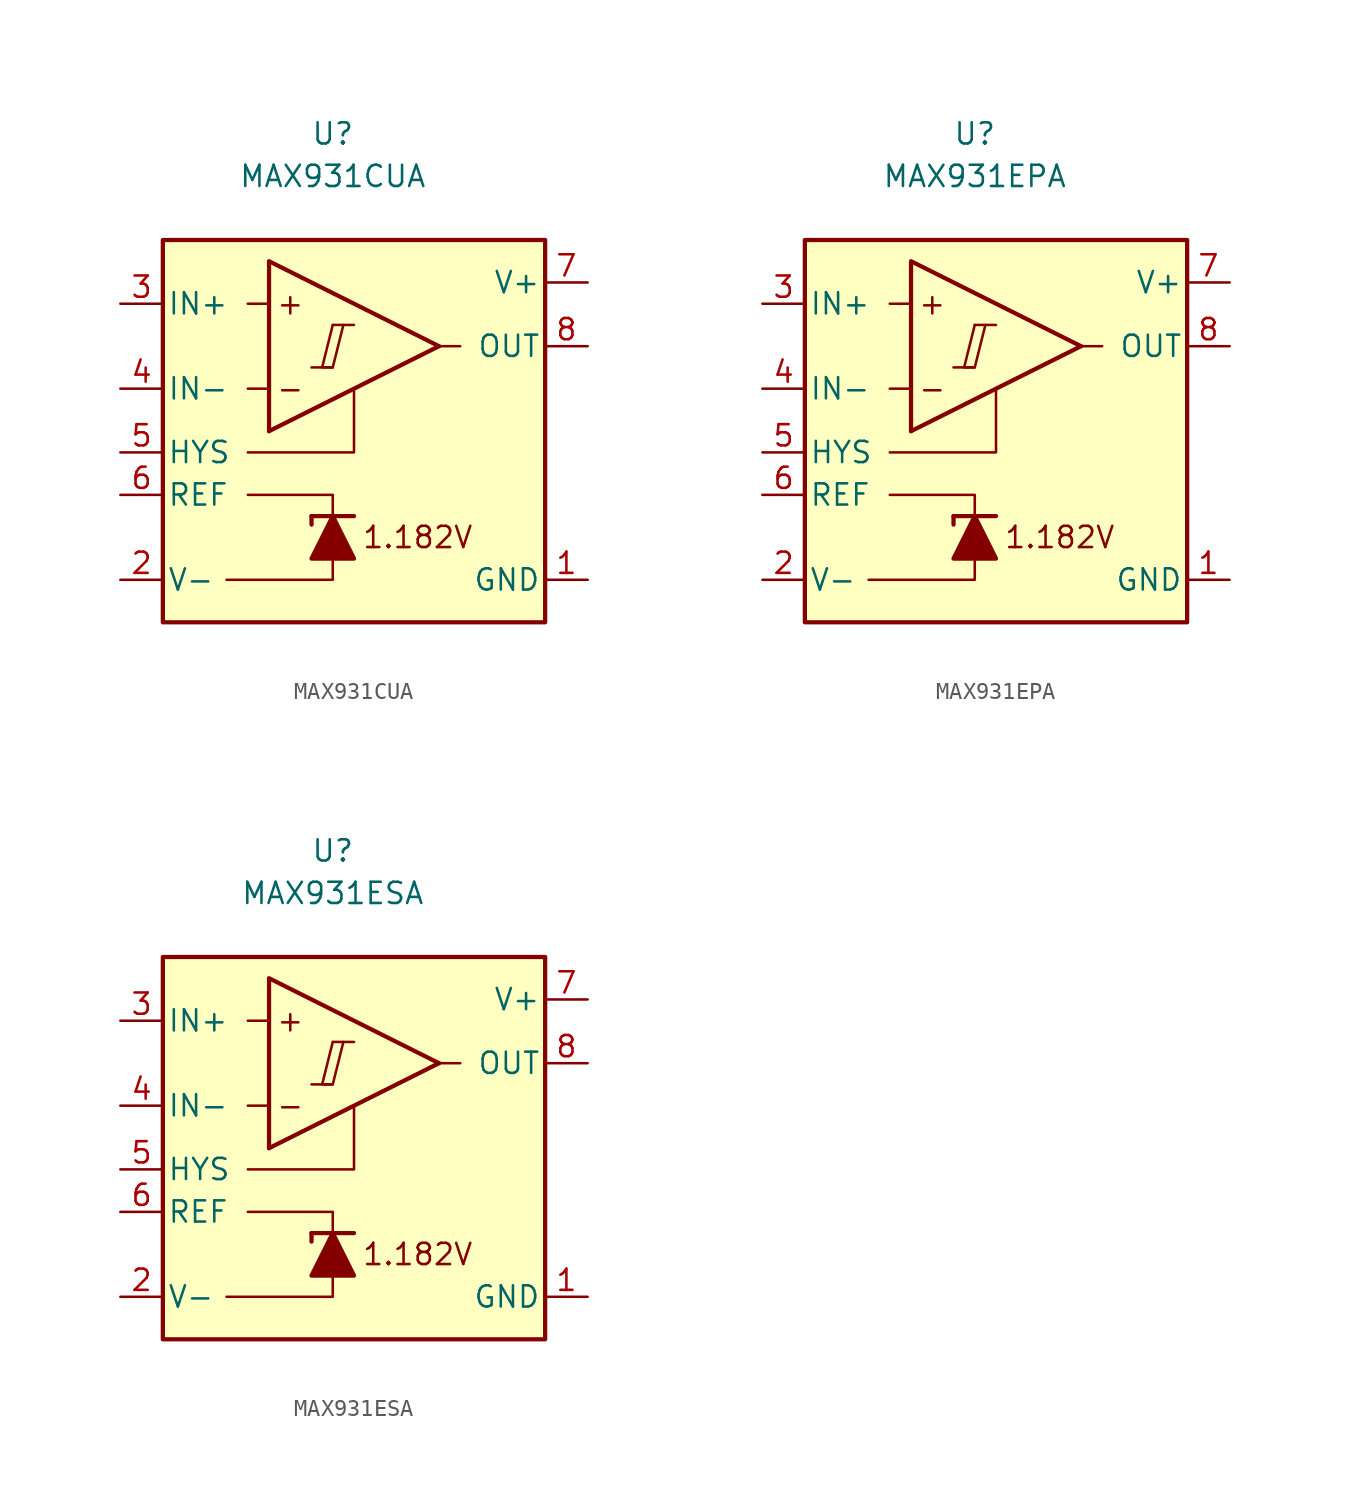
<source format=kicad_sym>
(kicad_symbol_lib
  (version 20211014)
  (generator kicad_symbol_editor)
  (symbol "MAX931CUA"
    (pin_names
      (offset 0.254))
    (property "Reference" "U"
      (at 0 16.51 0)
      (effects (font (size 1.27 1.27))))
    (property "Value" "MAX931CUA"
      (at 0 13.97 0)
      (effects (font (size 1.27 1.27))))
    (symbol "MAX931CUA_0_0"
      (polyline (pts (xy -1.27 2.54) (xy 0 2.54)) (stroke (width 0.152) (type default) (color 0 0 0 0)) (fill (type none)))
      (polyline (pts (xy 0 5.08) (xy 1.27 5.08)) (stroke (width 0.152) (type default) (color 0 0 0 0)) (fill (type none)))
      (polyline (pts (xy 6.35 3.81) (xy -3.81 -1.27)) (stroke (width 0.254) (type default) (color 0 0 0 0)) (fill (type none)))
      (polyline (pts (xy 6.35 3.81) (xy -3.81 8.89) (xy -3.81 -1.27)) (stroke (width 0.254) (type default) (color 0 0 0 0)) (fill (type background)))
      (polyline (pts (xy 0 5.08) (xy -0.635 2.54) (xy 0 2.54) (xy 0.635 5.08)) (stroke (width 0.152) (type default) (color 0 0 0 0)) (fill (type none)))
      (text "+" (at -2.54 6.35 0) (effects (font (size 1.27 1.27))))
      (text "-" (at -2.54 1.27 0) (effects (font (size 1.27 1.27))))
      (text "1.182V" (at 5.08 -7.62 0) (effects (font (size 1.27 1.27)))))
    (symbol "MAX931CUA_0_1"
      (polyline (pts (xy -3.81 1.27) (xy -5.08 1.27)) (stroke (width 0) (type default) (color 0 0 0 0)) (fill (type none)))
      (polyline (pts (xy -3.81 6.35) (xy -5.08 6.35)) (stroke (width 0) (type default) (color 0 0 0 0)) (fill (type none)))
      (polyline (pts (xy -1.27 -6.35) (xy -1.27 -6.858)) (stroke (width 0.254) (type default) (color 0 0 0 0)) (fill (type none)))
      (polyline (pts (xy -1.27 -6.35) (xy 1.27 -6.35)) (stroke (width 0.254) (type default) (color 0 0 0 0)) (fill (type none)))
      (polyline (pts (xy 6.35 3.81) (xy 7.62 3.81)) (stroke (width 0) (type default) (color 0 0 0 0)) (fill (type none)))
      (polyline (pts (xy 0 -8.89) (xy 0 -10.16) (xy -6.35 -10.16)) (stroke (width 0) (type default) (color 0 0 0 0)) (fill (type none)))
      (polyline (pts (xy 0 -6.35) (xy 0 -5.08) (xy -5.08 -5.08)) (stroke (width 0) (type default) (color 0 0 0 0)) (fill (type none)))
      (polyline (pts (xy 1.27 1.27) (xy 1.27 -2.54) (xy -5.08 -2.54)) (stroke (width 0) (type default) (color 0 0 0 0)) (fill (type none)))
      (polyline (pts (xy 1.27 -8.89) (xy -1.27 -8.89) (xy 0 -6.35) (xy 1.27 -8.89)) (stroke (width 0.254) (type default) (color 0 0 0 0)) (fill (type outline)))
      (rectangle (start 12.7 10.16) (end -10.16 -12.7) (stroke (width 0.254) (type default) (color 0 0 0 0)) (fill (type background))))
    (symbol "MAX931CUA_1_1"
      (pin power_in line (at 15.24 -10.16 180) (length 2.54) (name "GND" (effects (font (size 1.27 1.27)))) (number "1" (effects (font (size 1.27 1.27)))))
      (pin power_in line (at -12.7 -10.16 0) (length 2.54) (name "V-" (effects (font (size 1.27 1.27)))) (number "2" (effects (font (size 1.27 1.27)))))
      (pin input line (at -12.7 6.35 0) (length 2.54) (name "IN+" (effects (font (size 1.27 1.27)))) (number "3" (effects (font (size 1.27 1.27)))))
      (pin input line (at -12.7 1.27 0) (length 2.54) (name "IN-" (effects (font (size 1.27 1.27)))) (number "4" (effects (font (size 1.27 1.27)))))
      (pin input line (at -12.7 -2.54 0) (length 2.54) (name "HYS" (effects (font (size 1.27 1.27)))) (number "5" (effects (font (size 1.27 1.27)))))
      (pin output line (at -12.7 -5.08 0) (length 2.54) (name "REF" (effects (font (size 1.27 1.27)))) (number "6" (effects (font (size 1.27 1.27)))))
      (pin power_in line (at 15.24 7.62 180) (length 2.54) (name "V+" (effects (font (size 1.27 1.27)))) (number "7" (effects (font (size 1.27 1.27)))))
      (pin output line (at 15.24 3.81 180) (length 2.54) (name "OUT" (effects (font (size 1.27 1.27)))) (number "8" (effects (font (size 1.27 1.27)))))))
  (symbol "MAX931EPA"
    (pin_names
      (offset 0.254))
    (property "Reference" "U"
      (at 0 16.51 0)
      (effects (font (size 1.27 1.27))))
    (property "Value" "MAX931EPA"
      (at 0 13.97 0)
      (effects (font (size 1.27 1.27))))
    (symbol "MAX931EPA_0_0"
      (polyline (pts (xy -1.27 2.54) (xy 0 2.54)) (stroke (width 0.152) (type default) (color 0 0 0 0)) (fill (type none)))
      (polyline (pts (xy 0 5.08) (xy 1.27 5.08)) (stroke (width 0.152) (type default) (color 0 0 0 0)) (fill (type none)))
      (polyline (pts (xy 6.35 3.81) (xy -3.81 -1.27)) (stroke (width 0.254) (type default) (color 0 0 0 0)) (fill (type none)))
      (polyline (pts (xy 6.35 3.81) (xy -3.81 8.89) (xy -3.81 -1.27)) (stroke (width 0.254) (type default) (color 0 0 0 0)) (fill (type background)))
      (polyline (pts (xy 0 5.08) (xy -0.635 2.54) (xy 0 2.54) (xy 0.635 5.08)) (stroke (width 0.152) (type default) (color 0 0 0 0)) (fill (type none)))
      (text "+" (at -2.54 6.35 0) (effects (font (size 1.27 1.27))))
      (text "-" (at -2.54 1.27 0) (effects (font (size 1.27 1.27))))
      (text "1.182V" (at 5.08 -7.62 0) (effects (font (size 1.27 1.27)))))
    (symbol "MAX931EPA_0_1"
      (polyline (pts (xy -3.81 1.27) (xy -5.08 1.27)) (stroke (width 0) (type default) (color 0 0 0 0)) (fill (type none)))
      (polyline (pts (xy -3.81 6.35) (xy -5.08 6.35)) (stroke (width 0) (type default) (color 0 0 0 0)) (fill (type none)))
      (polyline (pts (xy -1.27 -6.35) (xy -1.27 -6.858)) (stroke (width 0.254) (type default) (color 0 0 0 0)) (fill (type none)))
      (polyline (pts (xy -1.27 -6.35) (xy 1.27 -6.35)) (stroke (width 0.254) (type default) (color 0 0 0 0)) (fill (type none)))
      (polyline (pts (xy 6.35 3.81) (xy 7.62 3.81)) (stroke (width 0) (type default) (color 0 0 0 0)) (fill (type none)))
      (polyline (pts (xy 0 -8.89) (xy 0 -10.16) (xy -6.35 -10.16)) (stroke (width 0) (type default) (color 0 0 0 0)) (fill (type none)))
      (polyline (pts (xy 0 -6.35) (xy 0 -5.08) (xy -5.08 -5.08)) (stroke (width 0) (type default) (color 0 0 0 0)) (fill (type none)))
      (polyline (pts (xy 1.27 1.27) (xy 1.27 -2.54) (xy -5.08 -2.54)) (stroke (width 0) (type default) (color 0 0 0 0)) (fill (type none)))
      (polyline (pts (xy 1.27 -8.89) (xy -1.27 -8.89) (xy 0 -6.35) (xy 1.27 -8.89)) (stroke (width 0.254) (type default) (color 0 0 0 0)) (fill (type outline)))
      (rectangle (start 12.7 10.16) (end -10.16 -12.7) (stroke (width 0.254) (type default) (color 0 0 0 0)) (fill (type background))))
    (symbol "MAX931EPA_1_1"
      (pin power_in line (at 15.24 -10.16 180) (length 2.54) (name "GND" (effects (font (size 1.27 1.27)))) (number "1" (effects (font (size 1.27 1.27)))))
      (pin power_in line (at -12.7 -10.16 0) (length 2.54) (name "V-" (effects (font (size 1.27 1.27)))) (number "2" (effects (font (size 1.27 1.27)))))
      (pin input line (at -12.7 6.35 0) (length 2.54) (name "IN+" (effects (font (size 1.27 1.27)))) (number "3" (effects (font (size 1.27 1.27)))))
      (pin input line (at -12.7 1.27 0) (length 2.54) (name "IN-" (effects (font (size 1.27 1.27)))) (number "4" (effects (font (size 1.27 1.27)))))
      (pin input line (at -12.7 -2.54 0) (length 2.54) (name "HYS" (effects (font (size 1.27 1.27)))) (number "5" (effects (font (size 1.27 1.27)))))
      (pin output line (at -12.7 -5.08 0) (length 2.54) (name "REF" (effects (font (size 1.27 1.27)))) (number "6" (effects (font (size 1.27 1.27)))))
      (pin power_in line (at 15.24 7.62 180) (length 2.54) (name "V+" (effects (font (size 1.27 1.27)))) (number "7" (effects (font (size 1.27 1.27)))))
      (pin output line (at 15.24 3.81 180) (length 2.54) (name "OUT" (effects (font (size 1.27 1.27)))) (number "8" (effects (font (size 1.27 1.27)))))))
  (symbol "MAX931ESA"
    (pin_names
      (offset 0.254))
    (property "Reference" "U"
      (at 0 16.51 0)
      (effects (font (size 1.27 1.27))))
    (property "Value" "MAX931ESA"
      (at 0 13.97 0)
      (effects (font (size 1.27 1.27))))
    (symbol "MAX931ESA_0_0"
      (polyline (pts (xy -1.27 2.54) (xy 0 2.54)) (stroke (width 0.152) (type default) (color 0 0 0 0)) (fill (type none)))
      (polyline (pts (xy 0 5.08) (xy 1.27 5.08)) (stroke (width 0.152) (type default) (color 0 0 0 0)) (fill (type none)))
      (polyline (pts (xy 6.35 3.81) (xy -3.81 -1.27)) (stroke (width 0.254) (type default) (color 0 0 0 0)) (fill (type none)))
      (polyline (pts (xy 6.35 3.81) (xy -3.81 8.89) (xy -3.81 -1.27)) (stroke (width 0.254) (type default) (color 0 0 0 0)) (fill (type background)))
      (polyline (pts (xy 0 5.08) (xy -0.635 2.54) (xy 0 2.54) (xy 0.635 5.08)) (stroke (width 0.152) (type default) (color 0 0 0 0)) (fill (type none)))
      (text "+" (at -2.54 6.35 0) (effects (font (size 1.27 1.27))))
      (text "-" (at -2.54 1.27 0) (effects (font (size 1.27 1.27))))
      (text "1.182V" (at 5.08 -7.62 0) (effects (font (size 1.27 1.27)))))
    (symbol "MAX931ESA_0_1"
      (polyline (pts (xy -3.81 1.27) (xy -5.08 1.27)) (stroke (width 0) (type default) (color 0 0 0 0)) (fill (type none)))
      (polyline (pts (xy -3.81 6.35) (xy -5.08 6.35)) (stroke (width 0) (type default) (color 0 0 0 0)) (fill (type none)))
      (polyline (pts (xy -1.27 -6.35) (xy -1.27 -6.858)) (stroke (width 0.254) (type default) (color 0 0 0 0)) (fill (type none)))
      (polyline (pts (xy -1.27 -6.35) (xy 1.27 -6.35)) (stroke (width 0.254) (type default) (color 0 0 0 0)) (fill (type none)))
      (polyline (pts (xy 6.35 3.81) (xy 7.62 3.81)) (stroke (width 0) (type default) (color 0 0 0 0)) (fill (type none)))
      (polyline (pts (xy 0 -8.89) (xy 0 -10.16) (xy -6.35 -10.16)) (stroke (width 0) (type default) (color 0 0 0 0)) (fill (type none)))
      (polyline (pts (xy 0 -6.35) (xy 0 -5.08) (xy -5.08 -5.08)) (stroke (width 0) (type default) (color 0 0 0 0)) (fill (type none)))
      (polyline (pts (xy 1.27 1.27) (xy 1.27 -2.54) (xy -5.08 -2.54)) (stroke (width 0) (type default) (color 0 0 0 0)) (fill (type none)))
      (polyline (pts (xy 1.27 -8.89) (xy -1.27 -8.89) (xy 0 -6.35) (xy 1.27 -8.89)) (stroke (width 0.254) (type default) (color 0 0 0 0)) (fill (type outline)))
      (rectangle (start 12.7 10.16) (end -10.16 -12.7) (stroke (width 0.254) (type default) (color 0 0 0 0)) (fill (type background))))
    (symbol "MAX931ESA_1_1"
      (pin power_in line (at 15.24 -10.16 180) (length 2.54) (name "GND" (effects (font (size 1.27 1.27)))) (number "1" (effects (font (size 1.27 1.27)))))
      (pin power_in line (at -12.7 -10.16 0) (length 2.54) (name "V-" (effects (font (size 1.27 1.27)))) (number "2" (effects (font (size 1.27 1.27)))))
      (pin input line (at -12.7 6.35 0) (length 2.54) (name "IN+" (effects (font (size 1.27 1.27)))) (number "3" (effects (font (size 1.27 1.27)))))
      (pin input line (at -12.7 1.27 0) (length 2.54) (name "IN-" (effects (font (size 1.27 1.27)))) (number "4" (effects (font (size 1.27 1.27)))))
      (pin input line (at -12.7 -2.54 0) (length 2.54) (name "HYS" (effects (font (size 1.27 1.27)))) (number "5" (effects (font (size 1.27 1.27)))))
      (pin output line (at -12.7 -5.08 0) (length 2.54) (name "REF" (effects (font (size 1.27 1.27)))) (number "6" (effects (font (size 1.27 1.27)))))
      (pin power_in line (at 15.24 7.62 180) (length 2.54) (name "V+" (effects (font (size 1.27 1.27)))) (number "7" (effects (font (size 1.27 1.27)))))
      (pin output line (at 15.24 3.81 180) (length 2.54) (name "OUT" (effects (font (size 1.27 1.27)))) (number "8" (effects (font (size 1.27 1.27))))))))
</source>
